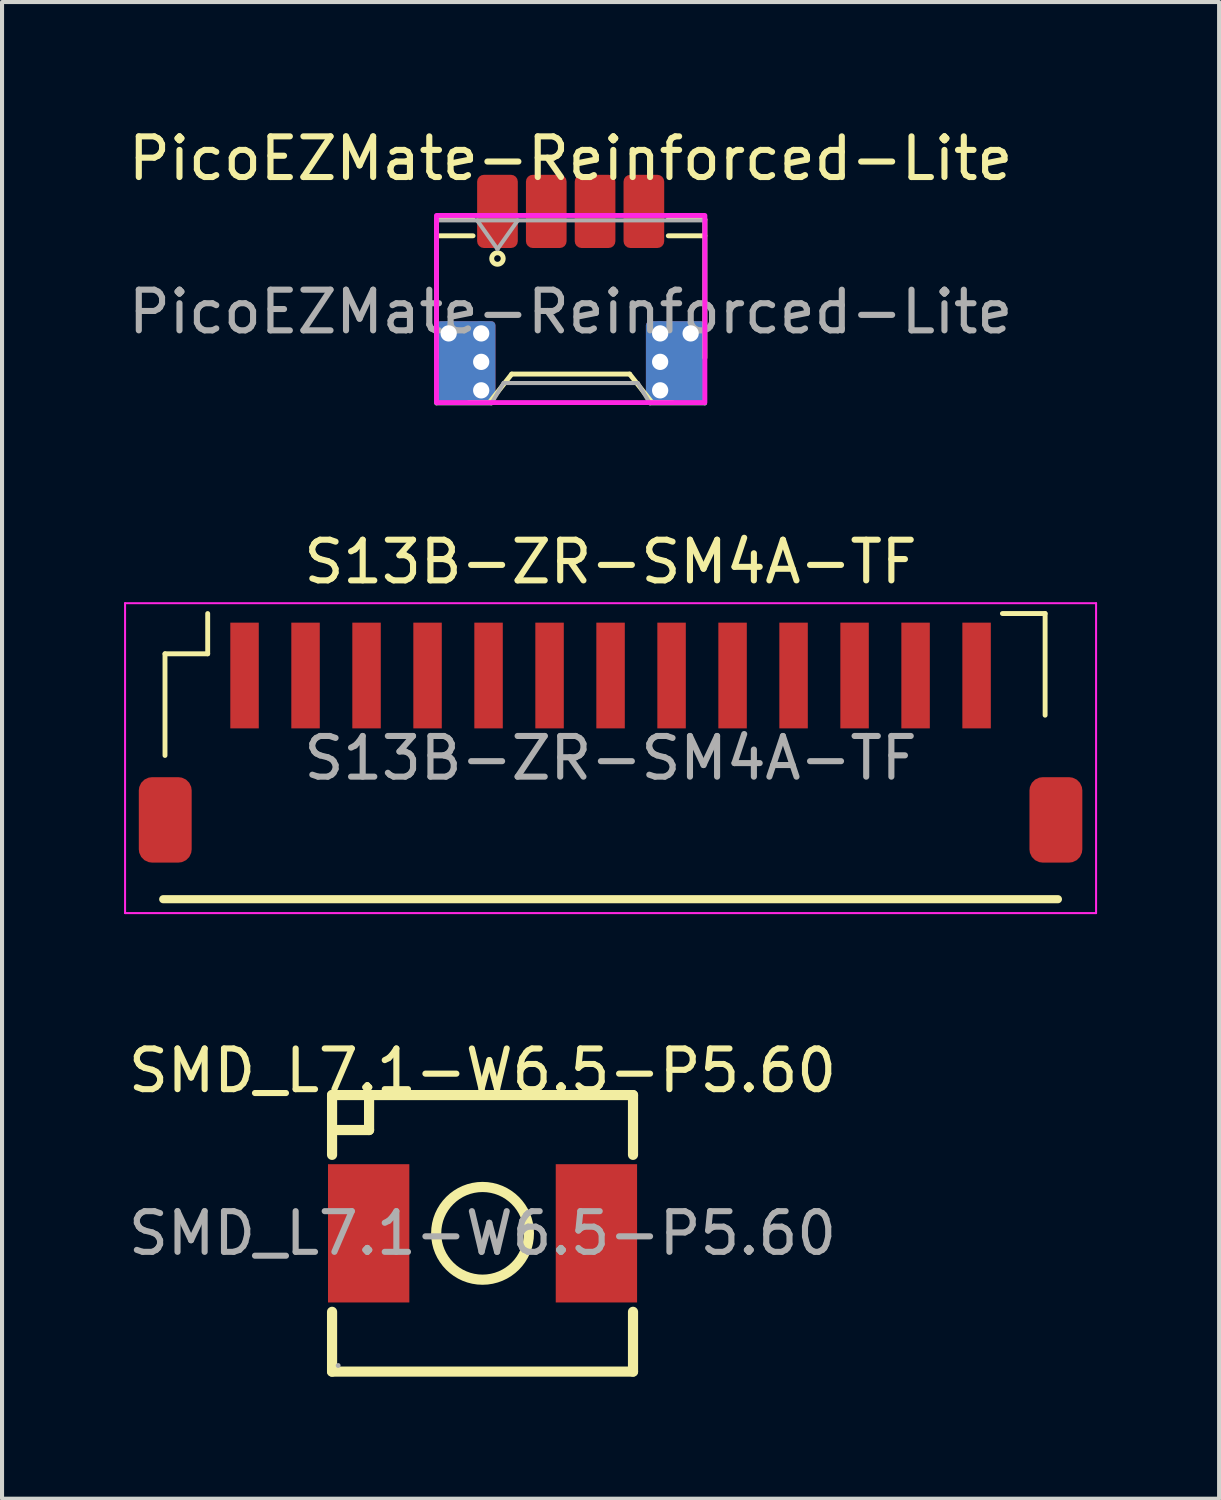
<source format=kicad_pcb>
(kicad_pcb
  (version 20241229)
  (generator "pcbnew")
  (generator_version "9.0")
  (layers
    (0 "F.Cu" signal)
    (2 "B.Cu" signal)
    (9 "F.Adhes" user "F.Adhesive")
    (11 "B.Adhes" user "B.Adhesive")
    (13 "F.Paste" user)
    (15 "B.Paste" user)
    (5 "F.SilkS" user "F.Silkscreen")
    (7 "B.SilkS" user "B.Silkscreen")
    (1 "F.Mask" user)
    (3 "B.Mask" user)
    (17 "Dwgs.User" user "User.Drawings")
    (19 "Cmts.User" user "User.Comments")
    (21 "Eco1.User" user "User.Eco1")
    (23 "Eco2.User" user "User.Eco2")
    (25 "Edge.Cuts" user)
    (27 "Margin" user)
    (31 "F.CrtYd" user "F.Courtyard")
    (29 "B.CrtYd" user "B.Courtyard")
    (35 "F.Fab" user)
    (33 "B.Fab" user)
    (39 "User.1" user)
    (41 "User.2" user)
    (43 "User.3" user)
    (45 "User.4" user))
  (footprint "SMD_L7.1-W6.5-P5.60"
    (layer "F.Cu")
    (at 8.815 27.276)
    (property "Reference" "SMD_L7.1-W6.5-P5.60" (at 0 -4 0) (layer "F.SilkS") (effects (font (size 1 1) (thickness 0.15))))
    (attr smd)
    (fp_line (start -3.7 -3.4) (end -3.7 -1.93) (stroke (width 0.25) (type solid)) (layer "F.SilkS"))
    (fp_line (start -3.7 -3.4) (end 3.7 -3.4) (stroke (width 0.25) (type solid)) (layer "F.SilkS"))
    (fp_line (start -3.7 1.93) (end -3.7 3.4) (stroke (width 0.25) (type solid)) (layer "F.SilkS"))
    (fp_line (start -2.79 -3.3) (end -2.79 -2.54) (stroke (width 0.25) (type solid)) (layer "F.SilkS"))
    (fp_line (start -2.79 -2.54) (end -3.56 -2.54) (stroke (width 0.25) (type solid)) (layer "F.SilkS"))
    (fp_line (start 3.7 -3.4) (end 3.7 -1.93) (stroke (width 0.25) (type solid)) (layer "F.SilkS"))
    (fp_line (start 3.7 1.93) (end 3.7 3.4) (stroke (width 0.25) (type solid)) (layer "F.SilkS"))
    (fp_line (start 3.7 3.4) (end -3.7 3.4) (stroke (width 0.25) (type solid)) (layer "F.SilkS"))
    (fp_circle (center 0 0) (end 1.14 0) (stroke (width 0.25) (type solid)) (fill no) (layer "F.SilkS"))
    (fp_circle (center -3.55 3.25) (end -3.52 3.25) (stroke (width 0.06) (type solid)) (fill no) (layer "F.Fab"))
    (fp_text user "${REFERENCE}" (at 0 0 0) (layer "F.Fab") (effects (font (size 1 1) (thickness 0.15))))
    (pad "1" smd rect (at -2.8 0) (size 2 3.4) (layers "F.Cu" "F.Mask" "F.Paste"))
    (pad "2" smd rect (at 2.8 0) (size 2 3.4) (layers "F.Cu" "F.Mask" "F.Paste")))
  (footprint "PicoEZMate-Reinforced-Lite"
    (layer "F.Cu")
    (at 10.982 4.348)
    (property "Reference" "PicoEZMate-Reinforced-Lite" (at 0 -3.5 0) (layer "F.SilkS") (effects (font (size 1 1) (thickness 0.15))))
    (attr smd)
    (fp_line (start -3.3 -2) (end -3.3 1.4) (stroke (width 0.12) (type solid)) (layer "F.SilkS"))
    (fp_line (start -3.3 -2) (end -2.4 -2) (stroke (width 0.12) (type solid)) (layer "F.SilkS"))
    (fp_line (start -2.4 -1.6) (end -3.3 -1.6) (stroke (width 0.12) (type solid)) (layer "F.SilkS"))
    (fp_line (start -2 2.5) (end -2.5 2.5) (stroke (width 0.12) (type solid)) (layer "F.SilkS"))
    (fp_line (start -1.45 1.8) (end -2 2.5) (stroke (width 0.12) (type solid)) (layer "F.SilkS"))
    (fp_line (start 1.45 1.8) (end -1.45 1.8) (stroke (width 0.12) (type solid)) (layer "F.SilkS"))
    (fp_line (start 2 2.5) (end 1.45 1.8) (stroke (width 0.12) (type solid)) (layer "F.SilkS"))
    (fp_line (start 2 2.5) (end 2.5 2.5) (stroke (width 0.12) (type solid)) (layer "F.SilkS"))
    (fp_line (start 2.4 -2) (end 3.3 -2) (stroke (width 0.12) (type solid)) (layer "F.SilkS"))
    (fp_line (start 3.3 -2) (end 3.3 1.4) (stroke (width 0.12) (type solid)) (layer "F.SilkS"))
    (fp_line (start 3.3 -1.6) (end 2.4 -1.6) (stroke (width 0.12) (type solid)) (layer "F.SilkS"))
    (fp_circle (center -1.8 -1.041) (end -1.7 -1.141) (stroke (width 0.12) (type solid)) (fill no) (layer "F.SilkS"))
    (fp_rect (start -3.3 -2.1) (end 3.3 2.5) (stroke (width 0.12) (type solid)) (fill no) (layer "F.CrtYd"))
    (fp_line (start -3.3 -1.98) (end -3.3 2.52) (stroke (width 0.1) (type solid)) (layer "F.Fab"))
    (fp_line (start -3.3 -1.98) (end 3.3 -1.98) (stroke (width 0.1) (type solid)) (layer "F.Fab"))
    (fp_line (start -3.3 2.52) (end -1.95 2.52) (stroke (width 0.1) (type solid)) (layer "F.Fab"))
    (fp_line (start -2.3 -1.98) (end -1.8 -1.273) (stroke (width 0.1) (type solid)) (layer "F.Fab"))
    (fp_line (start -1.95 2.52) (end -1.65 2.02) (stroke (width 0.1) (type solid)) (layer "F.Fab"))
    (fp_line (start -1.8 -1.273) (end -1.3 -1.98) (stroke (width 0.1) (type solid)) (layer "F.Fab"))
    (fp_line (start -1.65 2.02) (end 1.65 2.02) (stroke (width 0.1) (type solid)) (layer "F.Fab"))
    (fp_line (start 1.65 2.02) (end 1.95 2.52) (stroke (width 0.1) (type solid)) (layer "F.Fab"))
    (fp_line (start 1.95 2.52) (end 3.3 2.52) (stroke (width 0.1) (type solid)) (layer "F.Fab"))
    (fp_line (start 3.3 -1.98) (end 3.3 2.52) (stroke (width 0.1) (type solid)) (layer "F.Fab"))
    (fp_text user "${REFERENCE}" (at 0 0.27 0) (layer "F.Fab") (effects (font (size 1 1) (thickness 0.15))))
    (pad "" thru_hole circle (at -3 0.8) (size 0.6 0.6) (drill 0.4) (layers "*.Cu"))
    (pad "" smd roundrect (at -2.95 2) (size 0.7 1) (layers "F.Mask" "F.Paste") (roundrect_rratio 0.143))
    (pad "" smd roundrect (at -2.575 1.5) (size 1.45 2) (layers "F.Cu") (roundrect_rratio 0.069))
    (pad "" smd roundrect (at -2.575 1.5) (size 1.45 2) (layers "B.Cu") (roundrect_rratio 0.069))
    (pad "" thru_hole circle (at -2.2 0.8) (size 0.6 0.6) (drill 0.4) (layers "*.Cu"))
    (pad "" thru_hole circle (at -2.2 1.5) (size 0.6 0.6) (drill 0.4) (layers "*.Cu"))
    (pad "" thru_hole circle (at -2.2 2.2) (size 0.6 0.6) (drill 0.4) (layers "*.Cu"))
    (pad "" smd roundrect (at -1.8 -2) (size 0.75 1.2) (layers "F.Mask" "F.Paste") (roundrect_rratio 0.167))
    (pad "" smd roundrect (at -0.6 -2) (size 0.75 1.2) (layers "F.Mask" "F.Paste") (roundrect_rratio 0.167))
    (pad "" smd roundrect (at 0.6 -2) (size 0.75 1.2) (layers "F.Mask" "F.Paste") (roundrect_rratio 0.167))
    (pad "" smd roundrect (at 1.8 -2) (size 0.75 1.2) (layers "F.Mask" "F.Paste") (roundrect_rratio 0.167))
    (pad "" thru_hole circle (at 2.2 0.8) (size 0.6 0.6) (drill 0.4) (layers "*.Cu"))
    (pad "" thru_hole circle (at 2.2 1.5) (size 0.6 0.6) (drill 0.4) (layers "*.Cu"))
    (pad "" thru_hole circle (at 2.2 2.2) (size 0.6 0.6) (drill 0.4) (layers "*.Cu"))
    (pad "" smd roundrect (at 2.575 1.5) (size 1.45 2) (layers "F.Cu") (roundrect_rratio 0.069))
    (pad "" smd roundrect (at 2.575 1.5) (size 1.45 2) (layers "B.Cu") (roundrect_rratio 0.069))
    (pad "" thru_hole circle (at 2.95 0.8) (size 0.6 0.6) (drill 0.4) (layers "*.Cu"))
    (pad "" smd roundrect (at 2.95 2) (size 0.7 1) (layers "F.Mask" "F.Paste") (roundrect_rratio 0.143))
    (pad "1" smd roundrect (at -1.8 -2.2) (size 1 1.8) (layers "F.Cu") (roundrect_rratio 0.167))
    (pad "2" smd roundrect (at -0.6 -2.2) (size 1 1.8) (layers "F.Cu") (roundrect_rratio 0.167))
    (pad "3" smd roundrect (at 0.6 -2.2) (size 1 1.8) (layers "F.Cu") (roundrect_rratio 0.167))
    (pad "4" smd roundrect (at 1.8 -2.2) (size 1 1.8) (layers "F.Cu") (roundrect_rratio 0.167)))
  (footprint "S13B-ZR-SM4A-TF"
    (layer "F.Cu")
    (at 11.963 15.592)
    (property "Reference" "S13B-ZR-SM4A-TF" (at 0 -4.826 0) (layer "F.SilkS") (effects (font (size 1 1) (thickness 0.15))))
    (attr smd)
    (fp_line (start -11 3.468) (end 11 3.468) (stroke (width 0.2) (type solid)) (layer "F.SilkS"))
    (fp_line (start -10.956 -2.566) (end -9.906 -2.566) (stroke (width 0.12) (type solid)) (layer "F.SilkS"))
    (fp_line (start -10.956 -0.066) (end -10.956 -2.566) (stroke (width 0.12) (type solid)) (layer "F.SilkS"))
    (fp_line (start -9.906 -2.566) (end -9.906 -3.556) (stroke (width 0.12) (type solid)) (layer "F.SilkS"))
    (fp_line (start 10.685 -3.556) (end 9.635 -3.556) (stroke (width 0.12) (type solid)) (layer "F.SilkS"))
    (fp_line (start 10.685 -1.056) (end 10.685 -3.556) (stroke (width 0.12) (type solid)) (layer "F.SilkS"))
    (fp_line (start -11.938 -3.81) (end -11.938 3.81) (stroke (width 0.05) (type solid)) (layer "F.CrtYd"))
    (fp_line (start -11.938 3.81) (end 11.938 3.81) (stroke (width 0.05) (type solid)) (layer "F.CrtYd"))
    (fp_line (start 11.938 -3.81) (end -11.938 -3.81) (stroke (width 0.05) (type solid)) (layer "F.CrtYd"))
    (fp_line (start 11.938 3.81) (end 11.938 -3.81) (stroke (width 0.05) (type solid)) (layer "F.CrtYd"))
    (fp_text user "${REFERENCE}" (at 0 0 0) (layer "F.Fab") (effects (font (size 1 1) (thickness 0.15))))
    (pad "1" smd rect (at -9 -2.032 180) (size 0.7 2.6) (layers "F.Cu" "F.Mask" "F.Paste"))
    (pad "2" smd rect (at -7.5 -2.032 180) (size 0.7 2.6) (layers "F.Cu" "F.Mask" "F.Paste"))
    (pad "3" smd rect (at -6 -2.032 180) (size 0.7 2.6) (layers "F.Cu" "F.Mask" "F.Paste"))
    (pad "4" smd rect (at -4.5 -2.032 180) (size 0.7 2.6) (layers "F.Cu" "F.Mask" "F.Paste"))
    (pad "5" smd rect (at -3 -2.032 180) (size 0.7 2.6) (layers "F.Cu" "F.Mask" "F.Paste"))
    (pad "6" smd rect (at -1.5 -2.032 180) (size 0.7 2.6) (layers "F.Cu" "F.Mask" "F.Paste"))
    (pad "7" smd rect (at 0 -2.032 180) (size 0.7 2.6) (layers "F.Cu" "F.Mask" "F.Paste"))
    (pad "8" smd rect (at 1.5 -2.032 180) (size 0.7 2.6) (layers "F.Cu" "F.Mask" "F.Paste"))
    (pad "9" smd rect (at 3 -2.032 180) (size 0.7 2.6) (layers "F.Cu" "F.Mask" "F.Paste"))
    (pad "10" smd rect (at 4.5 -2.032 180) (size 0.7 2.6) (layers "F.Cu" "F.Mask" "F.Paste"))
    (pad "11" smd rect (at 6 -2.032 180) (size 0.7 2.6) (layers "F.Cu" "F.Mask" "F.Paste"))
    (pad "12" smd rect (at 7.5 -2.032 180) (size 0.7 2.6) (layers "F.Cu" "F.Mask" "F.Paste"))
    (pad "13" smd rect (at 9 -2.032 180) (size 0.7 2.6) (layers "F.Cu" "F.Mask" "F.Paste"))
    (pad "MP" smd roundrect (at -10.95 1.518 180) (size 1.3 2.1) (layers "F.Cu" "F.Mask" "F.Paste") (roundrect_rratio 0.25))
    (pad "MP" smd roundrect (at 10.95 1.518 180) (size 1.3 2.1) (layers "F.Cu" "F.Mask" "F.Paste") (roundrect_rratio 0.25)))
  (gr_rect
    (start -3 -3)
    (end 26.926 33.801)
    (stroke (width 0.1) (type default))
    (fill no)
    (layer "Edge.Cuts")))
</source>
